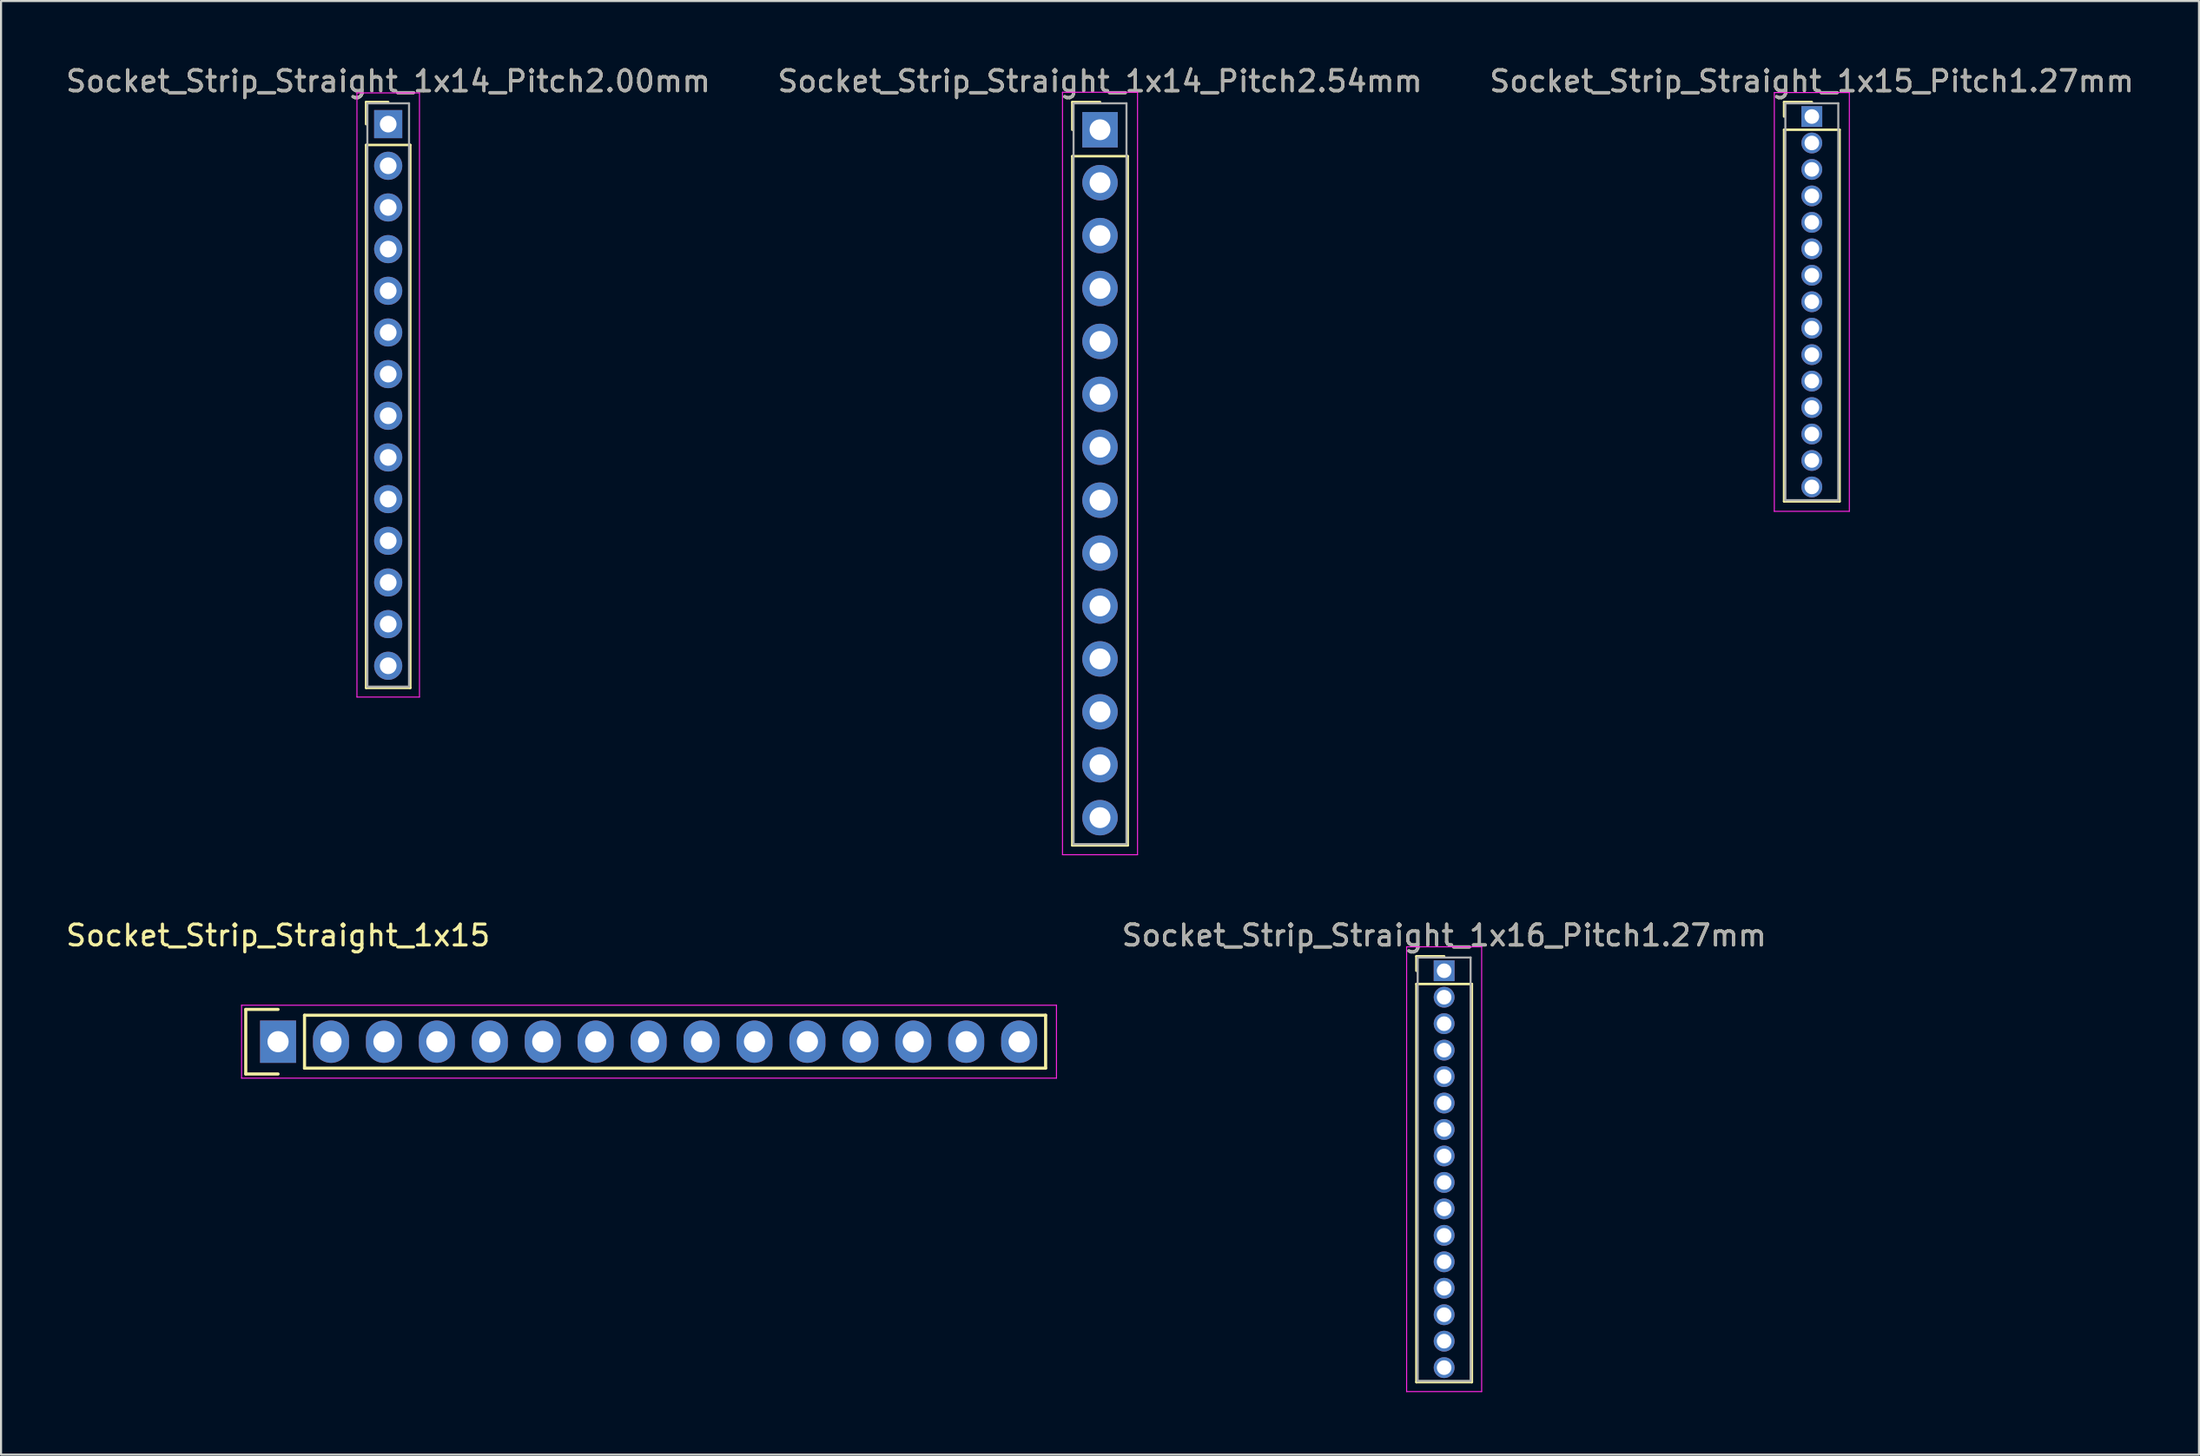
<source format=kicad_pcb>
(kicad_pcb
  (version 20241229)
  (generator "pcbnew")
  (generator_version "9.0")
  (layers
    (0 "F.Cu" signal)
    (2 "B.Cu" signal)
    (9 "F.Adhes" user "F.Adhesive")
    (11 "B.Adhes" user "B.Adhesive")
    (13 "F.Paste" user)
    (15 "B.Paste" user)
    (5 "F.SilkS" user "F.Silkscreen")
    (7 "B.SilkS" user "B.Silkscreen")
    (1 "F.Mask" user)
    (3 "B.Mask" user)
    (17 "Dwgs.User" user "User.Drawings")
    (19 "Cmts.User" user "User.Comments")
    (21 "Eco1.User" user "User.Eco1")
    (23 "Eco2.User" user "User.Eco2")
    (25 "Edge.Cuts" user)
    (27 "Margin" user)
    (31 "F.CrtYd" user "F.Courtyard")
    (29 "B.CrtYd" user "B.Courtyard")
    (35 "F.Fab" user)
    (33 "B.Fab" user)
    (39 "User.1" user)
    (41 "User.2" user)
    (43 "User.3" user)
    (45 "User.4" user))
  (footprint "Socket_Strip_Straight_1x16_Pitch1.27mm"
    (layer "F.Cu")
    (at 66.244 43.547)
    (property "Reference" "Socket_Strip_Straight_1x16_Pitch1.27mm" (at 0 -1.695 0) (layer "F.SilkS") (effects (font (size 1 1) (thickness 0.15))))
    (attr through_hole)
    (fp_line (start -1.33 -0.695) (end 0 -0.695) (stroke (width 0.12) (type solid)) (layer "F.SilkS"))
    (fp_line (start -1.33 0) (end -1.33 -0.695) (stroke (width 0.12) (type solid)) (layer "F.SilkS"))
    (fp_line (start -1.33 0.635) (end -1.33 19.745) (stroke (width 0.12) (type solid)) (layer "F.SilkS"))
    (fp_line (start -1.33 19.745) (end 1.33 19.745) (stroke (width 0.12) (type solid)) (layer "F.SilkS"))
    (fp_line (start 1.33 0.635) (end -1.33 0.635) (stroke (width 0.12) (type solid)) (layer "F.SilkS"))
    (fp_line (start 1.33 19.745) (end 1.33 0.635) (stroke (width 0.12) (type solid)) (layer "F.SilkS"))
    (fp_line (start -1.8 -1.15) (end -1.8 20.2) (stroke (width 0.05) (type solid)) (layer "F.CrtYd"))
    (fp_line (start -1.8 20.2) (end 1.8 20.2) (stroke (width 0.05) (type solid)) (layer "F.CrtYd"))
    (fp_line (start 1.8 -1.15) (end -1.8 -1.15) (stroke (width 0.05) (type solid)) (layer "F.CrtYd"))
    (fp_line (start 1.8 20.2) (end 1.8 -1.15) (stroke (width 0.05) (type solid)) (layer "F.CrtYd"))
    (fp_line (start -1.27 -0.635) (end -1.27 19.685) (stroke (width 0.1) (type solid)) (layer "F.Fab"))
    (fp_line (start -1.27 19.685) (end 1.27 19.685) (stroke (width 0.1) (type solid)) (layer "F.Fab"))
    (fp_line (start 1.27 -0.635) (end -1.27 -0.635) (stroke (width 0.1) (type solid)) (layer "F.Fab"))
    (fp_line (start 1.27 19.685) (end 1.27 -0.635) (stroke (width 0.1) (type solid)) (layer "F.Fab"))
    (fp_text user "${REFERENCE}" (at 0 -1.695 0) (layer "F.Fab") (effects (font (size 1 1) (thickness 0.15))))
    (pad "1" thru_hole rect (at 0 0) (size 1 1) (drill 0.7) (layers "*.Cu" "*.Mask"))
    (pad "2" thru_hole oval (at 0 1.27) (size 1 1) (drill 0.7) (layers "*.Cu" "*.Mask"))
    (pad "3" thru_hole oval (at 0 2.54) (size 1 1) (drill 0.7) (layers "*.Cu" "*.Mask"))
    (pad "4" thru_hole oval (at 0 3.81) (size 1 1) (drill 0.7) (layers "*.Cu" "*.Mask"))
    (pad "5" thru_hole oval (at 0 5.08) (size 1 1) (drill 0.7) (layers "*.Cu" "*.Mask"))
    (pad "6" thru_hole oval (at 0 6.35) (size 1 1) (drill 0.7) (layers "*.Cu" "*.Mask"))
    (pad "7" thru_hole oval (at 0 7.62) (size 1 1) (drill 0.7) (layers "*.Cu" "*.Mask"))
    (pad "8" thru_hole oval (at 0 8.89) (size 1 1) (drill 0.7) (layers "*.Cu" "*.Mask"))
    (pad "9" thru_hole oval (at 0 10.16) (size 1 1) (drill 0.7) (layers "*.Cu" "*.Mask"))
    (pad "10" thru_hole oval (at 0 11.43) (size 1 1) (drill 0.7) (layers "*.Cu" "*.Mask"))
    (pad "11" thru_hole oval (at 0 12.7) (size 1 1) (drill 0.7) (layers "*.Cu" "*.Mask"))
    (pad "12" thru_hole oval (at 0 13.97) (size 1 1) (drill 0.7) (layers "*.Cu" "*.Mask"))
    (pad "13" thru_hole oval (at 0 15.24) (size 1 1) (drill 0.7) (layers "*.Cu" "*.Mask"))
    (pad "14" thru_hole oval (at 0 16.51) (size 1 1) (drill 0.7) (layers "*.Cu" "*.Mask"))
    (pad "15" thru_hole oval (at 0 17.78) (size 1 1) (drill 0.7) (layers "*.Cu" "*.Mask"))
    (pad "16" thru_hole oval (at 0 19.05) (size 1 1) (drill 0.7) (layers "*.Cu" "*.Mask")))
  (footprint "Socket_Strip_Straight_1x14_Pitch2.54mm"
    (layer "F.Cu")
    (at 49.732 3.178)
    (property "Reference" "Socket_Strip_Straight_1x14_Pitch2.54mm" (at 0 -2.33 0) (layer "F.SilkS") (effects (font (size 1 1) (thickness 0.15))))
    (attr through_hole)
    (fp_line (start -1.33 -1.33) (end 0 -1.33) (stroke (width 0.12) (type solid)) (layer "F.SilkS"))
    (fp_line (start -1.33 0) (end -1.33 -1.33) (stroke (width 0.12) (type solid)) (layer "F.SilkS"))
    (fp_line (start -1.33 1.27) (end -1.33 34.35) (stroke (width 0.12) (type solid)) (layer "F.SilkS"))
    (fp_line (start -1.33 34.35) (end 1.33 34.35) (stroke (width 0.12) (type solid)) (layer "F.SilkS"))
    (fp_line (start 1.33 1.27) (end -1.33 1.27) (stroke (width 0.12) (type solid)) (layer "F.SilkS"))
    (fp_line (start 1.33 34.35) (end 1.33 1.27) (stroke (width 0.12) (type solid)) (layer "F.SilkS"))
    (fp_line (start -1.8 -1.8) (end -1.8 34.8) (stroke (width 0.05) (type solid)) (layer "F.CrtYd"))
    (fp_line (start -1.8 34.8) (end 1.8 34.8) (stroke (width 0.05) (type solid)) (layer "F.CrtYd"))
    (fp_line (start 1.8 -1.8) (end -1.8 -1.8) (stroke (width 0.05) (type solid)) (layer "F.CrtYd"))
    (fp_line (start 1.8 34.8) (end 1.8 -1.8) (stroke (width 0.05) (type solid)) (layer "F.CrtYd"))
    (fp_line (start -1.27 -1.27) (end -1.27 34.29) (stroke (width 0.1) (type solid)) (layer "F.Fab"))
    (fp_line (start -1.27 34.29) (end 1.27 34.29) (stroke (width 0.1) (type solid)) (layer "F.Fab"))
    (fp_line (start 1.27 -1.27) (end -1.27 -1.27) (stroke (width 0.1) (type solid)) (layer "F.Fab"))
    (fp_line (start 1.27 34.29) (end 1.27 -1.27) (stroke (width 0.1) (type solid)) (layer "F.Fab"))
    (fp_text user "${REFERENCE}" (at 0 -2.33 0) (layer "F.Fab") (effects (font (size 1 1) (thickness 0.15))))
    (pad "1" thru_hole rect (at 0 0) (size 1.7 1.7) (drill 1) (layers "*.Cu" "*.Mask"))
    (pad "2" thru_hole oval (at 0 2.54) (size 1.7 1.7) (drill 1) (layers "*.Cu" "*.Mask"))
    (pad "3" thru_hole oval (at 0 5.08) (size 1.7 1.7) (drill 1) (layers "*.Cu" "*.Mask"))
    (pad "4" thru_hole oval (at 0 7.62) (size 1.7 1.7) (drill 1) (layers "*.Cu" "*.Mask"))
    (pad "5" thru_hole oval (at 0 10.16) (size 1.7 1.7) (drill 1) (layers "*.Cu" "*.Mask"))
    (pad "6" thru_hole oval (at 0 12.7) (size 1.7 1.7) (drill 1) (layers "*.Cu" "*.Mask"))
    (pad "7" thru_hole oval (at 0 15.24) (size 1.7 1.7) (drill 1) (layers "*.Cu" "*.Mask"))
    (pad "8" thru_hole oval (at 0 17.78) (size 1.7 1.7) (drill 1) (layers "*.Cu" "*.Mask"))
    (pad "9" thru_hole oval (at 0 20.32) (size 1.7 1.7) (drill 1) (layers "*.Cu" "*.Mask"))
    (pad "10" thru_hole oval (at 0 22.86) (size 1.7 1.7) (drill 1) (layers "*.Cu" "*.Mask"))
    (pad "11" thru_hole oval (at 0 25.4) (size 1.7 1.7) (drill 1) (layers "*.Cu" "*.Mask"))
    (pad "12" thru_hole oval (at 0 27.94) (size 1.7 1.7) (drill 1) (layers "*.Cu" "*.Mask"))
    (pad "13" thru_hole oval (at 0 30.48) (size 1.7 1.7) (drill 1) (layers "*.Cu" "*.Mask"))
    (pad "14" thru_hole oval (at 0 33.02) (size 1.7 1.7) (drill 1) (layers "*.Cu" "*.Mask")))
  (footprint "Socket_Strip_Straight_1x15_Pitch1.27mm"
    (layer "F.Cu")
    (at 83.887 2.543)
    (property "Reference" "Socket_Strip_Straight_1x15_Pitch1.27mm" (at 0 -1.695 0) (layer "F.SilkS") (effects (font (size 1 1) (thickness 0.15))))
    (attr through_hole)
    (fp_line (start -1.33 -0.695) (end 0 -0.695) (stroke (width 0.12) (type solid)) (layer "F.SilkS"))
    (fp_line (start -1.33 0) (end -1.33 -0.695) (stroke (width 0.12) (type solid)) (layer "F.SilkS"))
    (fp_line (start -1.33 0.635) (end -1.33 18.475) (stroke (width 0.12) (type solid)) (layer "F.SilkS"))
    (fp_line (start -1.33 18.475) (end 1.33 18.475) (stroke (width 0.12) (type solid)) (layer "F.SilkS"))
    (fp_line (start 1.33 0.635) (end -1.33 0.635) (stroke (width 0.12) (type solid)) (layer "F.SilkS"))
    (fp_line (start 1.33 18.475) (end 1.33 0.635) (stroke (width 0.12) (type solid)) (layer "F.SilkS"))
    (fp_line (start -1.8 -1.15) (end -1.8 18.95) (stroke (width 0.05) (type solid)) (layer "F.CrtYd"))
    (fp_line (start -1.8 18.95) (end 1.8 18.95) (stroke (width 0.05) (type solid)) (layer "F.CrtYd"))
    (fp_line (start 1.8 -1.15) (end -1.8 -1.15) (stroke (width 0.05) (type solid)) (layer "F.CrtYd"))
    (fp_line (start 1.8 18.95) (end 1.8 -1.15) (stroke (width 0.05) (type solid)) (layer "F.CrtYd"))
    (fp_line (start -1.27 -0.635) (end -1.27 18.415) (stroke (width 0.1) (type solid)) (layer "F.Fab"))
    (fp_line (start -1.27 18.415) (end 1.27 18.415) (stroke (width 0.1) (type solid)) (layer "F.Fab"))
    (fp_line (start 1.27 -0.635) (end -1.27 -0.635) (stroke (width 0.1) (type solid)) (layer "F.Fab"))
    (fp_line (start 1.27 18.415) (end 1.27 -0.635) (stroke (width 0.1) (type solid)) (layer "F.Fab"))
    (fp_text user "${REFERENCE}" (at 0 -1.695 0) (layer "F.Fab") (effects (font (size 1 1) (thickness 0.15))))
    (pad "1" thru_hole rect (at 0 0) (size 1 1) (drill 0.7) (layers "*.Cu" "*.Mask"))
    (pad "2" thru_hole oval (at 0 1.27) (size 1 1) (drill 0.7) (layers "*.Cu" "*.Mask"))
    (pad "3" thru_hole oval (at 0 2.54) (size 1 1) (drill 0.7) (layers "*.Cu" "*.Mask"))
    (pad "4" thru_hole oval (at 0 3.81) (size 1 1) (drill 0.7) (layers "*.Cu" "*.Mask"))
    (pad "5" thru_hole oval (at 0 5.08) (size 1 1) (drill 0.7) (layers "*.Cu" "*.Mask"))
    (pad "6" thru_hole oval (at 0 6.35) (size 1 1) (drill 0.7) (layers "*.Cu" "*.Mask"))
    (pad "7" thru_hole oval (at 0 7.62) (size 1 1) (drill 0.7) (layers "*.Cu" "*.Mask"))
    (pad "8" thru_hole oval (at 0 8.89) (size 1 1) (drill 0.7) (layers "*.Cu" "*.Mask"))
    (pad "9" thru_hole oval (at 0 10.16) (size 1 1) (drill 0.7) (layers "*.Cu" "*.Mask"))
    (pad "10" thru_hole oval (at 0 11.43) (size 1 1) (drill 0.7) (layers "*.Cu" "*.Mask"))
    (pad "11" thru_hole oval (at 0 12.7) (size 1 1) (drill 0.7) (layers "*.Cu" "*.Mask"))
    (pad "12" thru_hole oval (at 0 13.97) (size 1 1) (drill 0.7) (layers "*.Cu" "*.Mask"))
    (pad "13" thru_hole oval (at 0 15.24) (size 1 1) (drill 0.7) (layers "*.Cu" "*.Mask"))
    (pad "14" thru_hole oval (at 0 16.51) (size 1 1) (drill 0.7) (layers "*.Cu" "*.Mask"))
    (pad "15" thru_hole oval (at 0 17.78) (size 1 1) (drill 0.7) (layers "*.Cu" "*.Mask")))
  (footprint "Socket_Strip_Straight_1x15"
    (layer "F.Cu")
    (at 10.292 46.952)
    (property "Reference" "Socket_Strip_Straight_1x15" (at 0 -5.1 0) (layer "F.SilkS") (effects (font (size 1 1) (thickness 0.15))))
    (attr through_hole)
    (fp_line (start -1.55 -1.55) (end -1.55 1.55) (stroke (width 0.15) (type solid)) (layer "F.SilkS"))
    (fp_line (start -1.55 1.55) (end 0 1.55) (stroke (width 0.15) (type solid)) (layer "F.SilkS"))
    (fp_line (start 0 -1.55) (end -1.55 -1.55) (stroke (width 0.15) (type solid)) (layer "F.SilkS"))
    (fp_line (start 1.27 -1.27) (end 36.83 -1.27) (stroke (width 0.15) (type solid)) (layer "F.SilkS"))
    (fp_line (start 1.27 1.27) (end 1.27 -1.27) (stroke (width 0.15) (type solid)) (layer "F.SilkS"))
    (fp_line (start 36.83 -1.27) (end 36.83 1.27) (stroke (width 0.15) (type solid)) (layer "F.SilkS"))
    (fp_line (start 36.83 1.27) (end 1.27 1.27) (stroke (width 0.15) (type solid)) (layer "F.SilkS"))
    (fp_line (start -1.75 -1.75) (end -1.75 1.75) (stroke (width 0.05) (type solid)) (layer "F.CrtYd"))
    (fp_line (start -1.75 -1.75) (end 37.35 -1.75) (stroke (width 0.05) (type solid)) (layer "F.CrtYd"))
    (fp_line (start -1.75 1.75) (end 37.35 1.75) (stroke (width 0.05) (type solid)) (layer "F.CrtYd"))
    (fp_line (start 37.35 -1.75) (end 37.35 1.75) (stroke (width 0.05) (type solid)) (layer "F.CrtYd"))
    (pad "1" thru_hole rect (at 0 0) (size 1.727 2.032) (drill 1.016) (layers "*.Cu" "*.Mask"))
    (pad "2" thru_hole oval (at 2.54 0) (size 1.727 2.032) (drill 1.016) (layers "*.Cu" "*.Mask"))
    (pad "3" thru_hole oval (at 5.08 0) (size 1.727 2.032) (drill 1.016) (layers "*.Cu" "*.Mask"))
    (pad "4" thru_hole oval (at 7.62 0) (size 1.727 2.032) (drill 1.016) (layers "*.Cu" "*.Mask"))
    (pad "5" thru_hole oval (at 10.16 0) (size 1.727 2.032) (drill 1.016) (layers "*.Cu" "*.Mask"))
    (pad "6" thru_hole oval (at 12.7 0) (size 1.727 2.032) (drill 1.016) (layers "*.Cu" "*.Mask"))
    (pad "7" thru_hole oval (at 15.24 0) (size 1.727 2.032) (drill 1.016) (layers "*.Cu" "*.Mask"))
    (pad "8" thru_hole oval (at 17.78 0) (size 1.727 2.032) (drill 1.016) (layers "*.Cu" "*.Mask"))
    (pad "9" thru_hole oval (at 20.32 0) (size 1.727 2.032) (drill 1.016) (layers "*.Cu" "*.Mask"))
    (pad "10" thru_hole oval (at 22.86 0) (size 1.727 2.032) (drill 1.016) (layers "*.Cu" "*.Mask"))
    (pad "11" thru_hole oval (at 25.4 0) (size 1.727 2.032) (drill 1.016) (layers "*.Cu" "*.Mask"))
    (pad "12" thru_hole oval (at 27.94 0) (size 1.727 2.032) (drill 1.016) (layers "*.Cu" "*.Mask"))
    (pad "13" thru_hole oval (at 30.48 0) (size 1.727 2.032) (drill 1.016) (layers "*.Cu" "*.Mask"))
    (pad "14" thru_hole oval (at 33.02 0) (size 1.727 2.032) (drill 1.016) (layers "*.Cu" "*.Mask"))
    (pad "15" thru_hole oval (at 35.56 0) (size 1.727 2.032) (drill 1.016) (layers "*.Cu" "*.Mask")))
  (footprint "Socket_Strip_Straight_1x14_Pitch2.00mm"
    (layer "F.Cu")
    (at 15.577 2.908)
    (property "Reference" "Socket_Strip_Straight_1x14_Pitch2.00mm" (at 0 -2.06 0) (layer "F.SilkS") (effects (font (size 1 1) (thickness 0.15))))
    (attr through_hole)
    (fp_line (start -1.06 -1.06) (end 0 -1.06) (stroke (width 0.12) (type solid)) (layer "F.SilkS"))
    (fp_line (start -1.06 0) (end -1.06 -1.06) (stroke (width 0.12) (type solid)) (layer "F.SilkS"))
    (fp_line (start -1.06 1) (end -1.06 27.06) (stroke (width 0.12) (type solid)) (layer "F.SilkS"))
    (fp_line (start -1.06 27.06) (end 1.06 27.06) (stroke (width 0.12) (type solid)) (layer "F.SilkS"))
    (fp_line (start 1.06 1) (end -1.06 1) (stroke (width 0.12) (type solid)) (layer "F.SilkS"))
    (fp_line (start 1.06 27.06) (end 1.06 1) (stroke (width 0.12) (type solid)) (layer "F.SilkS"))
    (fp_line (start -1.5 -1.5) (end -1.5 27.5) (stroke (width 0.05) (type solid)) (layer "F.CrtYd"))
    (fp_line (start -1.5 27.5) (end 1.5 27.5) (stroke (width 0.05) (type solid)) (layer "F.CrtYd"))
    (fp_line (start 1.5 -1.5) (end -1.5 -1.5) (stroke (width 0.05) (type solid)) (layer "F.CrtYd"))
    (fp_line (start 1.5 27.5) (end 1.5 -1.5) (stroke (width 0.05) (type solid)) (layer "F.CrtYd"))
    (fp_line (start -1 -1) (end -1 27) (stroke (width 0.1) (type solid)) (layer "F.Fab"))
    (fp_line (start -1 27) (end 1 27) (stroke (width 0.1) (type solid)) (layer "F.Fab"))
    (fp_line (start 1 -1) (end -1 -1) (stroke (width 0.1) (type solid)) (layer "F.Fab"))
    (fp_line (start 1 27) (end 1 -1) (stroke (width 0.1) (type solid)) (layer "F.Fab"))
    (fp_text user "${REFERENCE}" (at 0 -2.06 0) (layer "F.Fab") (effects (font (size 1 1) (thickness 0.15))))
    (pad "1" thru_hole rect (at 0 0) (size 1.35 1.35) (drill 0.8) (layers "*.Cu" "*.Mask"))
    (pad "2" thru_hole oval (at 0 2) (size 1.35 1.35) (drill 0.8) (layers "*.Cu" "*.Mask"))
    (pad "3" thru_hole oval (at 0 4) (size 1.35 1.35) (drill 0.8) (layers "*.Cu" "*.Mask"))
    (pad "4" thru_hole oval (at 0 6) (size 1.35 1.35) (drill 0.8) (layers "*.Cu" "*.Mask"))
    (pad "5" thru_hole oval (at 0 8) (size 1.35 1.35) (drill 0.8) (layers "*.Cu" "*.Mask"))
    (pad "6" thru_hole oval (at 0 10) (size 1.35 1.35) (drill 0.8) (layers "*.Cu" "*.Mask"))
    (pad "7" thru_hole oval (at 0 12) (size 1.35 1.35) (drill 0.8) (layers "*.Cu" "*.Mask"))
    (pad "8" thru_hole oval (at 0 14) (size 1.35 1.35) (drill 0.8) (layers "*.Cu" "*.Mask"))
    (pad "9" thru_hole oval (at 0 16) (size 1.35 1.35) (drill 0.8) (layers "*.Cu" "*.Mask"))
    (pad "10" thru_hole oval (at 0 18) (size 1.35 1.35) (drill 0.8) (layers "*.Cu" "*.Mask"))
    (pad "11" thru_hole oval (at 0 20) (size 1.35 1.35) (drill 0.8) (layers "*.Cu" "*.Mask"))
    (pad "12" thru_hole oval (at 0 22) (size 1.35 1.35) (drill 0.8) (layers "*.Cu" "*.Mask"))
    (pad "13" thru_hole oval (at 0 24) (size 1.35 1.35) (drill 0.8) (layers "*.Cu" "*.Mask"))
    (pad "14" thru_hole oval (at 0 26) (size 1.35 1.35) (drill 0.8) (layers "*.Cu" "*.Mask")))
  (gr_rect
    (start -3 -3)
    (end 102.464 66.772)
    (stroke (width 0.1) (type default))
    (fill no)
    (layer "Edge.Cuts")))
</source>
